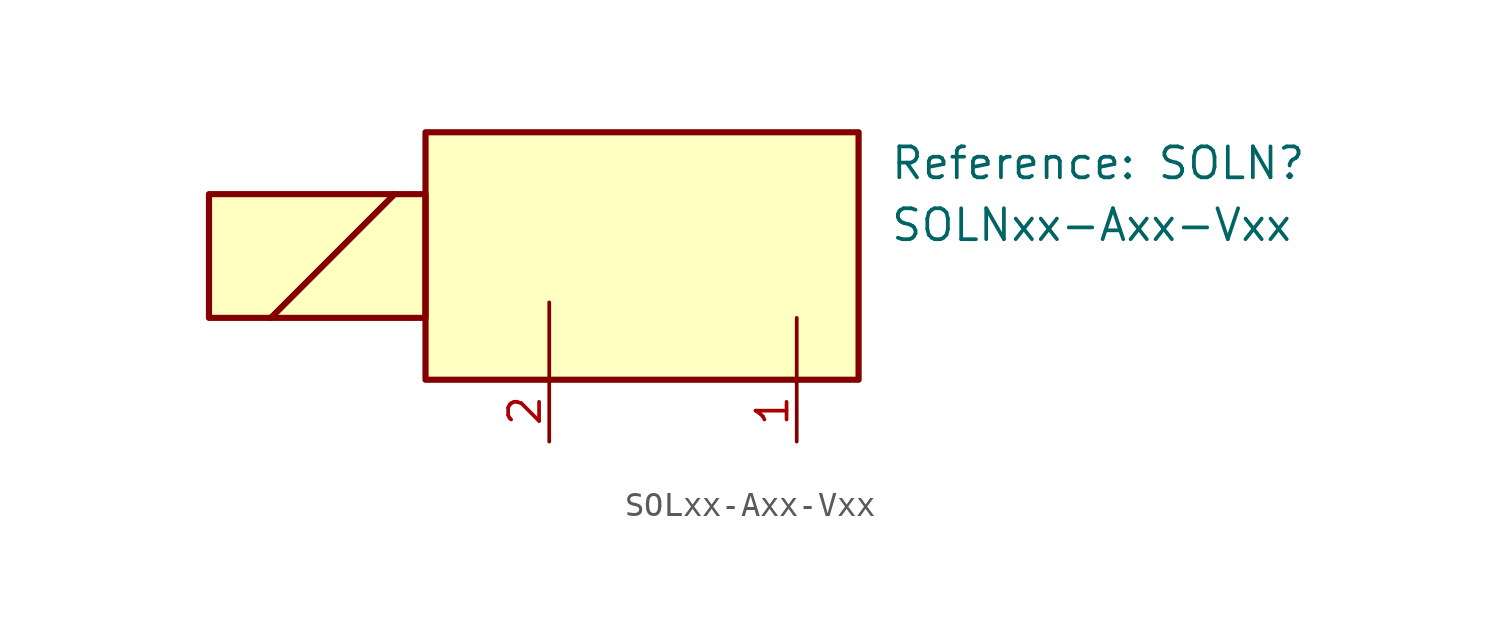
<source format=kicad_sym>
(kicad_symbol_lib
  (version 20241209)
  (generator "kicad_symbol_editor")
  (generator_version "9.0")
  (symbol "SOLxx-Axx-Vxx"
    (property "Reference" "SOLN"
      (at 10.16 3.81 0)
      (show_name)
      (effects (font (size 1.27 1.27)) (justify left)))
    (property "Value" "SOLNxx-Axx-Vxx"
      (at 10.16 1.27 0)
      (effects (font (size 1.27 1.27)) (justify left)))
    (symbol "SOLxx-Axx-Vxx_0_1"
      (rectangle (start -17.78 2.54) (end -8.89 -2.54) (stroke (width 0.254) (type default)) (fill (type background)))
      (polyline (pts (xy -15.24 -2.54) (xy -10.16 2.54)) (stroke (width 0.254) (type default)) (fill (type none)))
      (rectangle (start -8.89 5.08) (end 8.89 -5.08) (stroke (width 0.254) (type default)) (fill (type background)))
      (polyline (pts (xy -3.81 -5.08) (xy -3.81 -1.905)) (stroke (width 0) (type default)) (fill (type none)))
      (polyline (pts (xy 6.35 -2.54) (xy 6.35 -5.08)) (stroke (width 0) (type default)) (fill (type none))))
    (symbol "SOLxx-Axx-Vxx_1_1"
      (pin passive line (at -3.81 -7.62 90) (length 2.54) (name "~" (effects (font (size 1.27 1.27)))) (number "2" (effects (font (size 1.27 1.27)))))
      (pin passive line (at 6.35 -7.62 90) (length 2.54) (name "~" (effects (font (size 1.27 1.27)))) (number "1" (effects (font (size 1.27 1.27)))))
      (pin passive line (at 6.35 -7.62 90) (length 2.54) (hide yes) (name "~" (effects (font (size 1.27 1.27)))) (number "14" (effects (font (size 1.27 1.27))))))))
</source>
